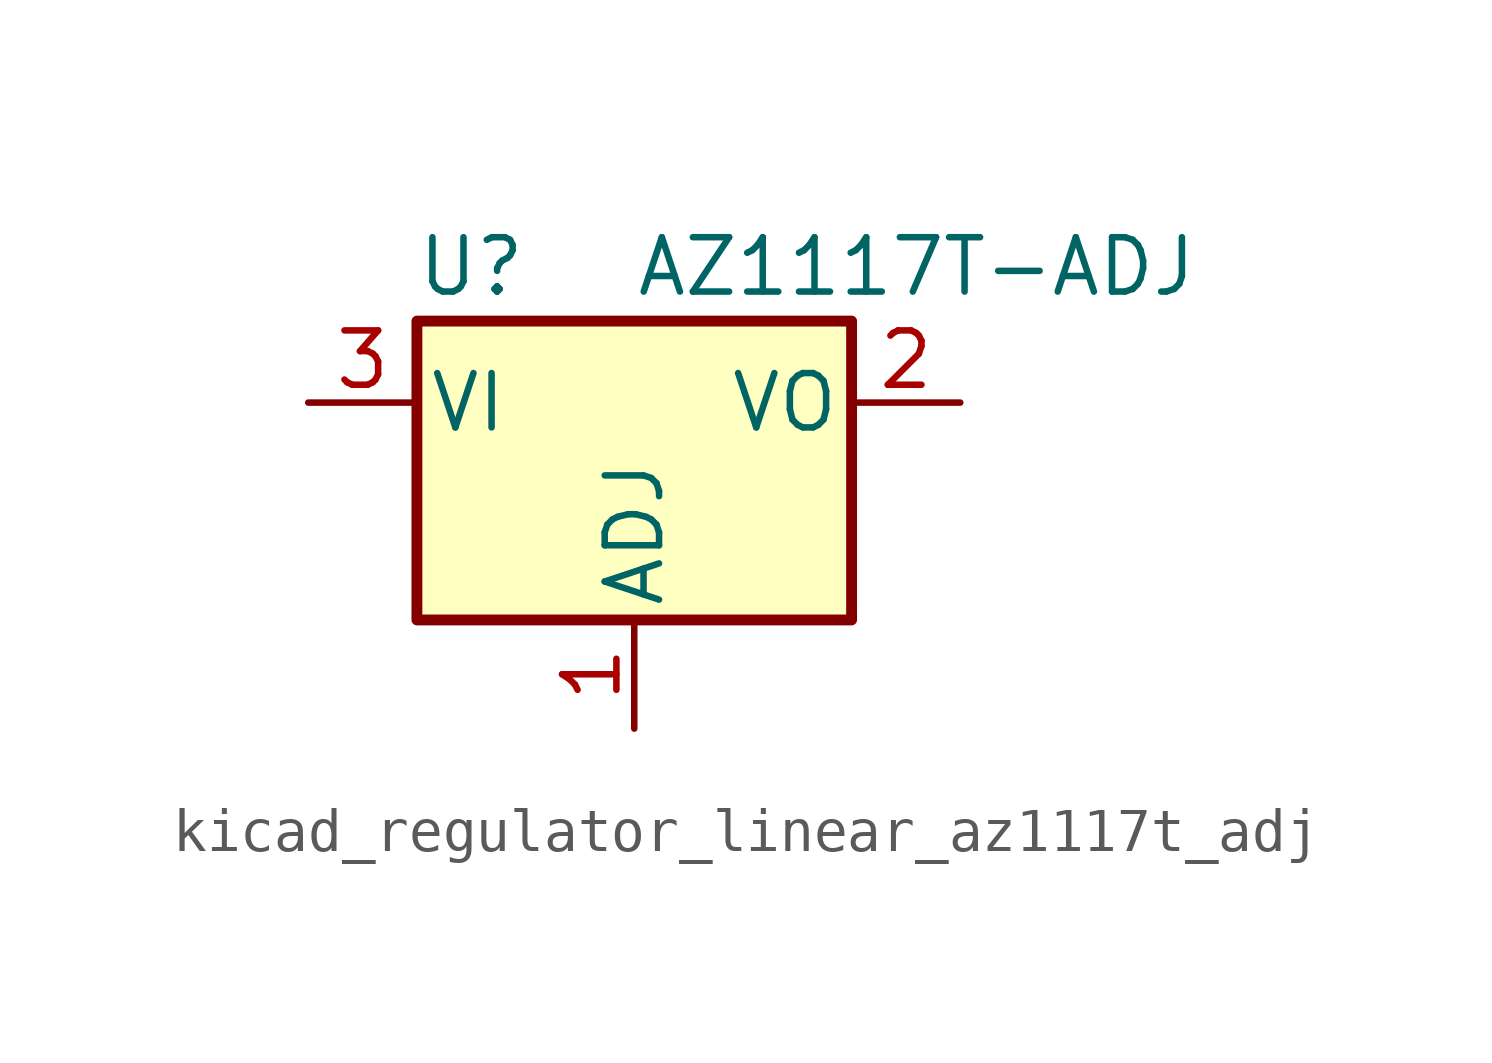
<source format=kicad_sym>
(kicad_symbol_lib
  (version 20220914)
  (generator kicad_symbol_editor)
  (symbol "kicad_regulator_linear_az1117t_adj"
    (pin_names
      (offset 0.254))
    (property "Reference" "U"
      (at -3.81 3.175 0)
      (effects (font (size 1.27 1.27))))
    (property "Value" "AZ1117T-ADJ"
      (at 0 3.175 0)
      (effects (font (size 1.27 1.27)) (justify left)))
    (symbol "kicad_regulator_linear_az1117t_adj_0_1"
      (rectangle (start -5.08 1.905) (end 5.08 -5.08) (stroke (width 0.254) (type default)) (fill (type background))))
    (symbol "kicad_regulator_linear_az1117t_adj_1_1"
      (pin input line (at 0 -7.62 90) (length 2.54) (name "ADJ" (effects (font (size 1.27 1.27)))) (number "1" (effects (font (size 1.27 1.27)))))
      (pin power_out line (at 7.62 0 180) (length 2.54) (name "VO" (effects (font (size 1.27 1.27)))) (number "2" (effects (font (size 1.27 1.27)))))
      (pin power_in line (at -7.62 0 0) (length 2.54) (name "VI" (effects (font (size 1.27 1.27)))) (number "3" (effects (font (size 1.27 1.27))))))))
</source>
